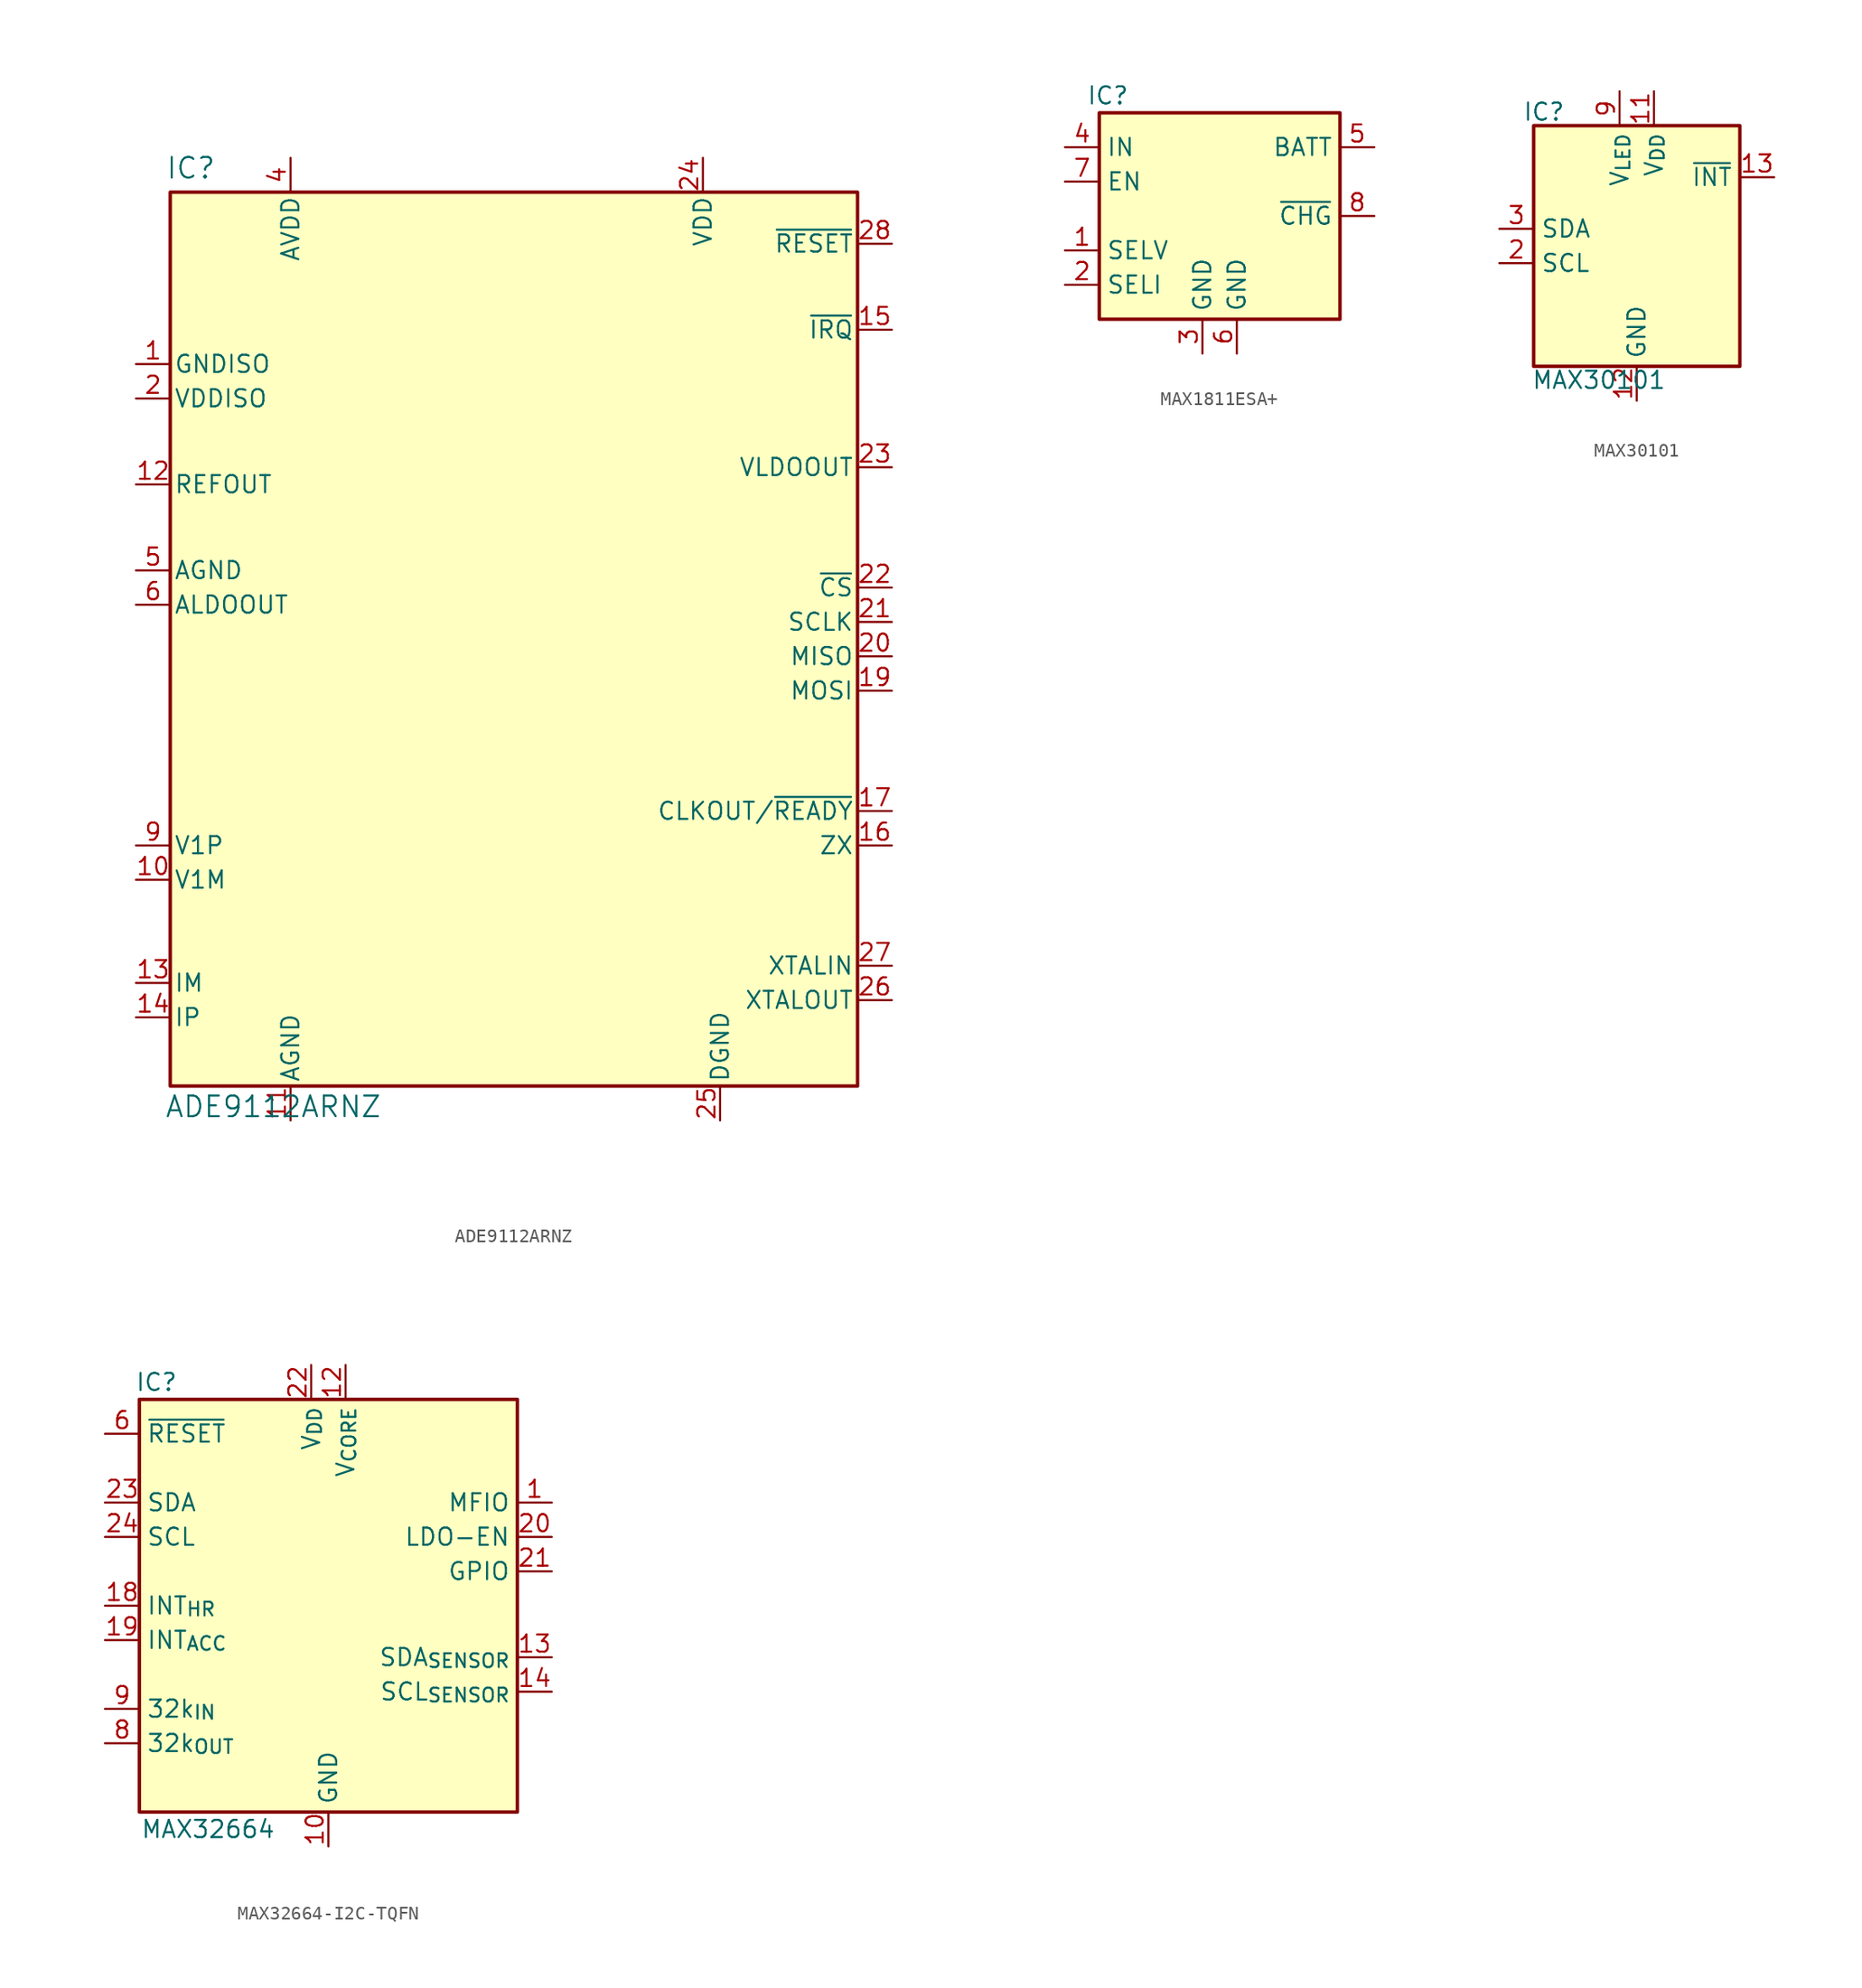
<source format=kicad_sym>
(kicad_symbol_lib
  (version 20241209)
  (generator "kicad_symbol_editor")
  (generator_version "9.0")
  (symbol "ADE9112ARNZ"
    (pin_names
      (offset 0.254))
    (property "Reference" "IC"
      (at -23.876 34.798 0)
      (effects (font (size 1.524 1.524))))
    (property "Value" "ADE9112ARNZ"
      (at -17.78 -34.544 0)
      (effects (font (size 1.524 1.524))))
    (symbol "ADE9112ARNZ_0_1"
      (pin passive line (at -27.94 20.32 0) (length 2.54) (name "GNDISO" (effects (font (size 1.27 1.27)))) (number "1" (effects (font (size 1.27 1.27)))))
      (pin power_in line (at -27.94 17.78 0) (length 2.54) (name "VDDISO" (effects (font (size 1.27 1.27)))) (number "2" (effects (font (size 1.27 1.27)))))
      (pin output line (at -27.94 11.43 0) (length 2.54) (name "REFOUT" (effects (font (size 1.27 1.27)))) (number "12" (effects (font (size 1.27 1.27)))))
      (pin power_out line (at -27.94 5.08 0) (length 2.54) (name "AGND" (effects (font (size 1.27 1.27)))) (number "5" (effects (font (size 1.27 1.27)))))
      (pin power_in line (at -27.94 2.54 0) (length 2.54) (name "ALDOOUT" (effects (font (size 1.27 1.27)))) (number "6" (effects (font (size 1.27 1.27)))))
      (pin no_connect line (at -27.94 -2.54 0) (length 2.54) (hide yes) (name "NC" (effects (font (size 1.27 1.27)))) (number "7" (effects (font (size 1.27 1.27)))))
      (pin no_connect line (at -27.94 -2.54 0) (length 2.54) (hide yes) (name "NC" (effects (font (size 1.27 1.27)))) (number "8" (effects (font (size 1.27 1.27)))))
      (pin unspecified line (at -27.94 -15.24 0) (length 2.54) (name "V1P" (effects (font (size 1.27 1.27)))) (number "9" (effects (font (size 1.27 1.27)))))
      (pin unspecified line (at -27.94 -17.78 0) (length 2.54) (name "V1M" (effects (font (size 1.27 1.27)))) (number "10" (effects (font (size 1.27 1.27)))))
      (pin unspecified line (at -27.94 -25.4 0) (length 2.54) (name "IM" (effects (font (size 1.27 1.27)))) (number "13" (effects (font (size 1.27 1.27)))))
      (pin unspecified line (at -27.94 -27.94 0) (length 2.54) (name "IP" (effects (font (size 1.27 1.27)))) (number "14" (effects (font (size 1.27 1.27)))))
      (pin power_in line (at -16.51 35.56 270) (length 2.54) (name "AVDD" (effects (font (size 1.27 1.27)))) (number "4" (effects (font (size 1.27 1.27)))))
      (pin power_in line (at 13.97 35.56 270) (length 2.54) (name "VDD" (effects (font (size 1.27 1.27)))) (number "24" (effects (font (size 1.27 1.27)))))
      (pin passive line (at 15.24 -35.56 90) (length 2.54) (name "DGND" (effects (font (size 1.27 1.27)))) (number "25" (effects (font (size 1.27 1.27)))))
      (pin power_in line (at 27.94 12.7 180) (length 2.54) (name "VLDOOUT" (effects (font (size 1.27 1.27)))) (number "23" (effects (font (size 1.27 1.27)))))
      (pin input line (at 27.94 1.27 180) (length 2.54) (name "SCLK" (effects (font (size 1.27 1.27)))) (number "21" (effects (font (size 1.27 1.27)))))
      (pin output line (at 27.94 -1.27 180) (length 2.54) (name "MISO" (effects (font (size 1.27 1.27)))) (number "20" (effects (font (size 1.27 1.27)))))
      (pin input line (at 27.94 -3.81 180) (length 2.54) (name "MOSI" (effects (font (size 1.27 1.27)))) (number "19" (effects (font (size 1.27 1.27)))))
      (pin output line (at 27.94 -15.24 180) (length 2.54) (name "ZX" (effects (font (size 1.27 1.27)))) (number "16" (effects (font (size 1.27 1.27)))))
      (pin input line (at 27.94 -24.13 180) (length 2.54) (name "XTALIN" (effects (font (size 1.27 1.27)))) (number "27" (effects (font (size 1.27 1.27)))))
      (pin output line (at 27.94 -26.67 180) (length 2.54) (name "XTALOUT" (effects (font (size 1.27 1.27)))) (number "26" (effects (font (size 1.27 1.27))))))
    (symbol "ADE9112ARNZ_1_1"
      (rectangle (start -25.4 33.02) (end 25.4 -33.02) (stroke (width 0.254) (type default)) (fill (type background)))
      (pin passive line (at -27.94 20.32 0) (length 2.54) (hide yes) (name "GNDISO" (effects (font (size 1.27 1.27)))) (number "3" (effects (font (size 1.27 1.27)))))
      (pin passive line (at -16.51 -35.56 90) (length 2.54) (name "AGND" (effects (font (size 1.27 1.27)))) (number "11" (effects (font (size 1.27 1.27)))))
      (pin passive line (at 15.24 -35.56 90) (length 2.54) (hide yes) (name "DGND" (effects (font (size 1.27 1.27)))) (number "18" (effects (font (size 1.27 1.27)))))
      (pin input line (at 27.94 29.21 180) (length 2.54) (name "~{RESET}" (effects (font (size 1.27 1.27)))) (number "28" (effects (font (size 1.27 1.27)))))
      (pin output line (at 27.94 22.86 180) (length 2.54) (name "~{IRQ}" (effects (font (size 1.27 1.27)))) (number "15" (effects (font (size 1.27 1.27)))))
      (pin input line (at 27.94 3.81 180) (length 2.54) (name "~{CS}" (effects (font (size 1.27 1.27)))) (number "22" (effects (font (size 1.27 1.27)))))
      (pin output line (at 27.94 -12.7 180) (length 2.54) (name "CLKOUT/~{READY}" (effects (font (size 1.27 1.27)))) (number "17" (effects (font (size 1.27 1.27)))))))
  (symbol "MAX1811ESA+"
    (property "Reference" "IC"
      (at -8.255 8.89 0)
      (effects (font (size 1.27 1.27))))
    (property "Value" ""
      (at 0 0 0)
      (effects (font (size 1.27 1.27))))
    (symbol "MAX1811ESA+_0_1"
      (rectangle (start -8.89 7.62) (end 8.89 -7.62) (stroke (width 0.254) (type default)) (fill (type background))))
    (symbol "MAX1811ESA+_1_1"
      (pin power_in line (at -11.43 5.08 0) (length 2.54) (name "IN" (effects (font (size 1.27 1.27)))) (number "4" (effects (font (size 1.27 1.27)))))
      (pin input line (at -11.43 2.54 0) (length 2.54) (name "EN" (effects (font (size 1.27 1.27)))) (number "7" (effects (font (size 1.27 1.27)))))
      (pin input line (at -11.43 -2.54 0) (length 2.54) (name "SELV" (effects (font (size 1.27 1.27)))) (number "1" (effects (font (size 1.27 1.27)))))
      (pin input line (at -11.43 -5.08 0) (length 2.54) (name "SELI" (effects (font (size 1.27 1.27)))) (number "2" (effects (font (size 1.27 1.27)))))
      (pin power_in line (at -1.27 -10.16 90) (length 2.54) (name "GND" (effects (font (size 1.27 1.27)))) (number "3" (effects (font (size 1.27 1.27)))))
      (pin power_in line (at 1.27 -10.16 90) (length 2.54) (name "GND" (effects (font (size 1.27 1.27)))) (number "6" (effects (font (size 1.27 1.27)))))
      (pin power_out line (at 11.43 5.08 180) (length 2.54) (name "BATT" (effects (font (size 1.27 1.27)))) (number "5" (effects (font (size 1.27 1.27)))))
      (pin open_collector line (at 11.43 0 180) (length 2.54) (name "~{CHG}" (effects (font (size 1.27 1.27)))) (number "8" (effects (font (size 1.27 1.27)))))))
  (symbol "MAX30101"
    (property "Reference" "IC"
      (at -6.858 9.906 0)
      (effects (font (size 1.27 1.27))))
    (property "Value" "MAX30101"
      (at -2.794 -9.906 0)
      (effects (font (size 1.27 1.27))))
    (symbol "MAX30101_1_1"
      (rectangle (start -7.62 8.89) (end 7.62 -8.89) (stroke (width 0.254) (type default)) (fill (type background)))
      (pin bidirectional line (at -10.16 1.27 0) (length 2.54) (name "SDA" (effects (font (size 1.27 1.27)))) (number "3" (effects (font (size 1.27 1.27)))))
      (pin input line (at -10.16 -1.27 0) (length 2.54) (name "SCL" (effects (font (size 1.27 1.27)))) (number "2" (effects (font (size 1.27 1.27)))))
      (pin power_in line (at -1.27 11.43 270) (length 2.54) (hide yes) (name "V_{LED}" (effects (font (size 1.27 1.27)))) (number "10" (effects (font (size 1.27 1.27)))))
      (pin power_in line (at -1.27 11.43 270) (length 2.54) (name "V_{LED}" (effects (font (size 1.27 1.27)))) (number "9" (effects (font (size 1.27 1.27)))))
      (pin passive line (at 0 -11.43 90) (length 2.54) (name "GND" (effects (font (size 1.27 1.27)))) (number "12" (effects (font (size 1.27 1.27)))))
      (pin passive line (at 0 -11.43 90) (length 2.54) (hide yes) (name "PGND" (effects (font (size 1.27 1.27)))) (number "4" (effects (font (size 1.27 1.27)))))
      (pin power_in line (at 1.27 11.43 270) (length 2.54) (name "V_{DD}" (effects (font (size 1.27 1.27)))) (number "11" (effects (font (size 1.27 1.27)))))
      (pin output line (at 10.16 5.08 180) (length 2.54) (name "~{INT}" (effects (font (size 1.27 1.27)))) (number "13" (effects (font (size 1.27 1.27)))))
      (pin no_connect line (at 10.16 -6.35 180) (length 2.54) (hide yes) (name "NC" (effects (font (size 1.27 1.27)))) (number "1" (effects (font (size 1.27 1.27)))))
      (pin no_connect line (at 10.16 -6.35 180) (length 2.54) (hide yes) (name "NC" (effects (font (size 1.27 1.27)))) (number "14" (effects (font (size 1.27 1.27)))))
      (pin no_connect line (at 10.16 -6.35 180) (length 2.54) (hide yes) (name "NC" (effects (font (size 1.27 1.27)))) (number "5" (effects (font (size 1.27 1.27)))))
      (pin no_connect line (at 10.16 -6.35 180) (length 2.54) (hide yes) (name "NC" (effects (font (size 1.27 1.27)))) (number "6" (effects (font (size 1.27 1.27)))))
      (pin no_connect line (at 10.16 -6.35 180) (length 2.54) (hide yes) (name "NC" (effects (font (size 1.27 1.27)))) (number "7" (effects (font (size 1.27 1.27)))))
      (pin no_connect line (at 10.16 -6.35 180) (length 2.54) (hide yes) (name "NC" (effects (font (size 1.27 1.27)))) (number "8" (effects (font (size 1.27 1.27)))))))
  (symbol "MAX32664-I2C-TQFN"
    (property "Reference" "IC"
      (at -12.7 16.51 0)
      (effects (font (size 1.27 1.27))))
    (property "Value" "MAX32664"
      (at -8.89 -16.51 0)
      (effects (font (size 1.27 1.27))))
    (symbol "MAX32664-I2C-TQFN_1_1"
      (rectangle (start -13.97 15.24) (end 13.97 -15.24) (stroke (width 0.254) (type default)) (fill (type background)))
      (pin input line (at -16.51 12.7 0) (length 2.54) (name "~{RESET}" (effects (font (size 1.27 1.27)))) (number "6" (effects (font (size 1.27 1.27)))))
      (pin bidirectional line (at -16.51 7.62 0) (length 2.54) (name "SDA" (effects (font (size 1.27 1.27)))) (number "23" (effects (font (size 1.27 1.27)))))
      (pin input line (at -16.51 5.08 0) (length 2.54) (name "SCL" (effects (font (size 1.27 1.27)))) (number "24" (effects (font (size 1.27 1.27)))))
      (pin input line (at -16.51 0 0) (length 2.54) (name "INT_{HR}" (effects (font (size 1.27 1.27)))) (number "18" (effects (font (size 1.27 1.27)))))
      (pin input line (at -16.51 -2.54 0) (length 2.54) (name "INT_{ACC}" (effects (font (size 1.27 1.27)))) (number "19" (effects (font (size 1.27 1.27)))))
      (pin input line (at -16.51 -7.62 0) (length 2.54) (name "32k_{IN}" (effects (font (size 1.27 1.27)))) (number "9" (effects (font (size 1.27 1.27)))))
      (pin output line (at -16.51 -10.16 0) (length 2.54) (name "32k_{OUT}" (effects (font (size 1.27 1.27)))) (number "8" (effects (font (size 1.27 1.27)))))
      (pin power_in line (at -1.27 17.78 270) (length 2.54) (hide yes) (name "V_{DD}" (effects (font (size 1.27 1.27)))) (number "11" (effects (font (size 1.27 1.27)))))
      (pin power_in line (at -1.27 17.78 270) (length 2.54) (name "V_{DD}" (effects (font (size 1.27 1.27)))) (number "22" (effects (font (size 1.27 1.27)))))
      (pin passive line (at 0 -17.78 90) (length 2.54) (name "GND" (effects (font (size 1.27 1.27)))) (number "10" (effects (font (size 1.27 1.27)))))
      (pin passive line (at 0 -17.78 90) (length 2.54) (hide yes) (name "GND" (effects (font (size 1.27 1.27)))) (number "25" (effects (font (size 1.27 1.27)))))
      (pin passive line (at 0 -17.78 90) (length 2.54) (hide yes) (name "GND" (effects (font (size 1.27 1.27)))) (number "7" (effects (font (size 1.27 1.27)))))
      (pin power_in line (at 1.27 17.78 270) (length 2.54) (name "V_{CORE}" (effects (font (size 1.27 1.27)))) (number "12" (effects (font (size 1.27 1.27)))))
      (pin bidirectional line (at 16.51 7.62 180) (length 2.54) (name "MFIO" (effects (font (size 1.27 1.27)))) (number "1" (effects (font (size 1.27 1.27)))))
      (pin output line (at 16.51 5.08 180) (length 2.54) (name "LDO-EN" (effects (font (size 1.27 1.27)))) (number "20" (effects (font (size 1.27 1.27)))))
      (pin bidirectional line (at 16.51 2.54 180) (length 2.54) (name "GPIO" (effects (font (size 1.27 1.27)))) (number "21" (effects (font (size 1.27 1.27)))))
      (pin bidirectional line (at 16.51 -3.81 180) (length 2.54) (name "SDA_{SENSOR}" (effects (font (size 1.27 1.27)))) (number "13" (effects (font (size 1.27 1.27)))))
      (pin output line (at 16.51 -6.35 180) (length 2.54) (name "SCL_{SENSOR}" (effects (font (size 1.27 1.27)))) (number "14" (effects (font (size 1.27 1.27)))))
      (pin no_connect line (at 16.51 -11.43 180) (length 2.54) (hide yes) (name "NC" (effects (font (size 1.27 1.27)))) (number "15" (effects (font (size 1.27 1.27)))))
      (pin no_connect line (at 16.51 -11.43 180) (length 2.54) (hide yes) (name "NC" (effects (font (size 1.27 1.27)))) (number "16" (effects (font (size 1.27 1.27)))))
      (pin no_connect line (at 16.51 -11.43 180) (length 2.54) (hide yes) (name "NC" (effects (font (size 1.27 1.27)))) (number "17" (effects (font (size 1.27 1.27)))))
      (pin no_connect line (at 16.51 -11.43 180) (length 2.54) (hide yes) (name "NC" (effects (font (size 1.27 1.27)))) (number "2" (effects (font (size 1.27 1.27)))))
      (pin no_connect line (at 16.51 -11.43 180) (length 2.54) (hide yes) (name "NC" (effects (font (size 1.27 1.27)))) (number "20" (effects (font (size 1.27 1.27)))))
      (pin no_connect line (at 16.51 -11.43 180) (length 2.54) (hide yes) (name "NC" (effects (font (size 1.27 1.27)))) (number "21" (effects (font (size 1.27 1.27)))))
      (pin no_connect line (at 16.51 -11.43 180) (length 2.54) (hide yes) (name "NC" (effects (font (size 1.27 1.27)))) (number "3" (effects (font (size 1.27 1.27)))))
      (pin no_connect line (at 16.51 -11.43 180) (length 2.54) (hide yes) (name "NC" (effects (font (size 1.27 1.27)))) (number "4" (effects (font (size 1.27 1.27)))))
      (pin no_connect line (at 16.51 -11.43 180) (length 2.54) (hide yes) (name "NC" (effects (font (size 1.27 1.27)))) (number "5" (effects (font (size 1.27 1.27))))))))
</source>
